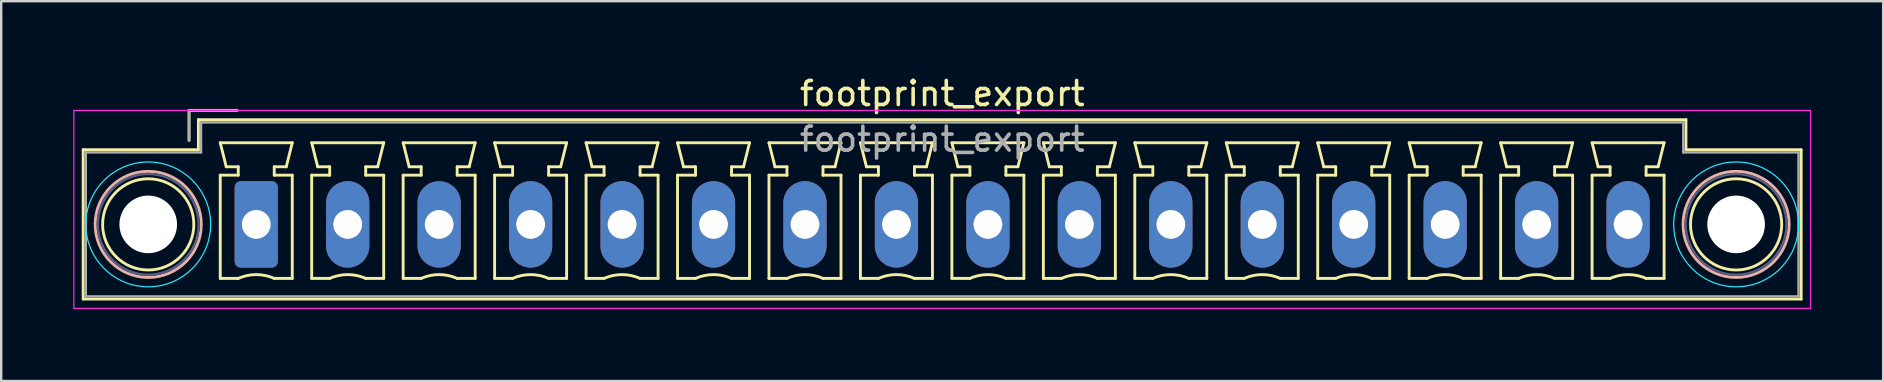
<source format=kicad_pcb>
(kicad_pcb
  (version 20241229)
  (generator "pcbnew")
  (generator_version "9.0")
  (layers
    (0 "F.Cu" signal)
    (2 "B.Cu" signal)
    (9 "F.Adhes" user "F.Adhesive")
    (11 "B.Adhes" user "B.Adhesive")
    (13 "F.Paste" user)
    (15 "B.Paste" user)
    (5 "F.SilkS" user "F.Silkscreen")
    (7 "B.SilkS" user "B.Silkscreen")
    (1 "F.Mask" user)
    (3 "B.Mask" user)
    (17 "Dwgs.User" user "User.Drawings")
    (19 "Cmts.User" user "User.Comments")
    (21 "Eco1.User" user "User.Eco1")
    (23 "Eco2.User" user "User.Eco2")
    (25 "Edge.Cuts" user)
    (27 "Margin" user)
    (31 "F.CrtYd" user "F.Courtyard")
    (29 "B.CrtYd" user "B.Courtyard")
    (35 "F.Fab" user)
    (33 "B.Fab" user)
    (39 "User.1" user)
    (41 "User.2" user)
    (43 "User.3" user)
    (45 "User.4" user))
  (footprint "footprint_export"
    (layer "F.Cu")
    (at 7.625 6.298)
    (property "Reference" "footprint_export" (at 28.58 -5.45 0) (layer "F.SilkS") (effects (font (size 1 1) (thickness 0.15))))
    (attr through_hole)
    (fp_line (start -7.21 -3.11) (end -7.21 3.11) (stroke (width 0.12) (type solid)) (layer "F.SilkS"))
    (fp_line (start -7.21 3.11) (end 64.36 3.11) (stroke (width 0.12) (type solid)) (layer "F.SilkS"))
    (fp_line (start -2.8 -4.75) (end -0.8 -4.75) (stroke (width 0.12) (type solid)) (layer "F.SilkS"))
    (fp_line (start -2.8 -3.5) (end -2.8 -4.75) (stroke (width 0.12) (type solid)) (layer "F.SilkS"))
    (fp_line (start -2.41 -4.36) (end -2.41 -3.11) (stroke (width 0.12) (type solid)) (layer "F.SilkS"))
    (fp_line (start -2.41 -3.11) (end -7.21 -3.11) (stroke (width 0.12) (type solid)) (layer "F.SilkS"))
    (fp_line (start -1.5 -3.4) (end 1.5 -3.4) (stroke (width 0.12) (type solid)) (layer "F.SilkS"))
    (fp_line (start -1.5 -2.05) (end -0.75 -2.05) (stroke (width 0.12) (type solid)) (layer "F.SilkS"))
    (fp_line (start -1.5 2.25) (end -1.5 -2.05) (stroke (width 0.12) (type solid)) (layer "F.SilkS"))
    (fp_line (start -1.25 -2.4) (end -1.5 -3.4) (stroke (width 0.12) (type solid)) (layer "F.SilkS"))
    (fp_line (start -0.75 -2.4) (end -1.25 -2.4) (stroke (width 0.12) (type solid)) (layer "F.SilkS"))
    (fp_line (start -0.75 -2.05) (end -0.75 -2.4) (stroke (width 0.12) (type solid)) (layer "F.SilkS"))
    (fp_line (start -0.75 2.25) (end -1.5 2.25) (stroke (width 0.12) (type solid)) (layer "F.SilkS"))
    (fp_line (start 0.75 -2.4) (end 0.75 -2.05) (stroke (width 0.12) (type solid)) (layer "F.SilkS"))
    (fp_line (start 0.75 -2.05) (end 1.5 -2.05) (stroke (width 0.12) (type solid)) (layer "F.SilkS"))
    (fp_line (start 1.25 -2.4) (end 0.75 -2.4) (stroke (width 0.12) (type solid)) (layer "F.SilkS"))
    (fp_line (start 1.5 -3.4) (end 1.25 -2.4) (stroke (width 0.12) (type solid)) (layer "F.SilkS"))
    (fp_line (start 1.5 -2.05) (end 1.5 2.25) (stroke (width 0.12) (type solid)) (layer "F.SilkS"))
    (fp_line (start 1.5 2.25) (end 0.75 2.25) (stroke (width 0.12) (type solid)) (layer "F.SilkS"))
    (fp_line (start 2.31 -3.4) (end 5.31 -3.4) (stroke (width 0.12) (type solid)) (layer "F.SilkS"))
    (fp_line (start 2.31 -2.05) (end 3.06 -2.05) (stroke (width 0.12) (type solid)) (layer "F.SilkS"))
    (fp_line (start 2.31 2.25) (end 2.31 -2.05) (stroke (width 0.12) (type solid)) (layer "F.SilkS"))
    (fp_line (start 2.56 -2.4) (end 2.31 -3.4) (stroke (width 0.12) (type solid)) (layer "F.SilkS"))
    (fp_line (start 3.06 -2.4) (end 2.56 -2.4) (stroke (width 0.12) (type solid)) (layer "F.SilkS"))
    (fp_line (start 3.06 -2.05) (end 3.06 -2.4) (stroke (width 0.12) (type solid)) (layer "F.SilkS"))
    (fp_line (start 3.06 2.25) (end 2.31 2.25) (stroke (width 0.12) (type solid)) (layer "F.SilkS"))
    (fp_line (start 4.56 -2.4) (end 4.56 -2.05) (stroke (width 0.12) (type solid)) (layer "F.SilkS"))
    (fp_line (start 4.56 -2.05) (end 5.31 -2.05) (stroke (width 0.12) (type solid)) (layer "F.SilkS"))
    (fp_line (start 5.06 -2.4) (end 4.56 -2.4) (stroke (width 0.12) (type solid)) (layer "F.SilkS"))
    (fp_line (start 5.31 -3.4) (end 5.06 -2.4) (stroke (width 0.12) (type solid)) (layer "F.SilkS"))
    (fp_line (start 5.31 -2.05) (end 5.31 2.25) (stroke (width 0.12) (type solid)) (layer "F.SilkS"))
    (fp_line (start 5.31 2.25) (end 4.56 2.25) (stroke (width 0.12) (type solid)) (layer "F.SilkS"))
    (fp_line (start 6.12 -3.4) (end 9.12 -3.4) (stroke (width 0.12) (type solid)) (layer "F.SilkS"))
    (fp_line (start 6.12 -2.05) (end 6.87 -2.05) (stroke (width 0.12) (type solid)) (layer "F.SilkS"))
    (fp_line (start 6.12 2.25) (end 6.12 -2.05) (stroke (width 0.12) (type solid)) (layer "F.SilkS"))
    (fp_line (start 6.37 -2.4) (end 6.12 -3.4) (stroke (width 0.12) (type solid)) (layer "F.SilkS"))
    (fp_line (start 6.87 -2.4) (end 6.37 -2.4) (stroke (width 0.12) (type solid)) (layer "F.SilkS"))
    (fp_line (start 6.87 -2.05) (end 6.87 -2.4) (stroke (width 0.12) (type solid)) (layer "F.SilkS"))
    (fp_line (start 6.87 2.25) (end 6.12 2.25) (stroke (width 0.12) (type solid)) (layer "F.SilkS"))
    (fp_line (start 8.37 -2.4) (end 8.37 -2.05) (stroke (width 0.12) (type solid)) (layer "F.SilkS"))
    (fp_line (start 8.37 -2.05) (end 9.12 -2.05) (stroke (width 0.12) (type solid)) (layer "F.SilkS"))
    (fp_line (start 8.87 -2.4) (end 8.37 -2.4) (stroke (width 0.12) (type solid)) (layer "F.SilkS"))
    (fp_line (start 9.12 -3.4) (end 8.87 -2.4) (stroke (width 0.12) (type solid)) (layer "F.SilkS"))
    (fp_line (start 9.12 -2.05) (end 9.12 2.25) (stroke (width 0.12) (type solid)) (layer "F.SilkS"))
    (fp_line (start 9.12 2.25) (end 8.37 2.25) (stroke (width 0.12) (type solid)) (layer "F.SilkS"))
    (fp_line (start 9.93 -3.4) (end 12.93 -3.4) (stroke (width 0.12) (type solid)) (layer "F.SilkS"))
    (fp_line (start 9.93 -2.05) (end 10.68 -2.05) (stroke (width 0.12) (type solid)) (layer "F.SilkS"))
    (fp_line (start 9.93 2.25) (end 9.93 -2.05) (stroke (width 0.12) (type solid)) (layer "F.SilkS"))
    (fp_line (start 10.18 -2.4) (end 9.93 -3.4) (stroke (width 0.12) (type solid)) (layer "F.SilkS"))
    (fp_line (start 10.68 -2.4) (end 10.18 -2.4) (stroke (width 0.12) (type solid)) (layer "F.SilkS"))
    (fp_line (start 10.68 -2.05) (end 10.68 -2.4) (stroke (width 0.12) (type solid)) (layer "F.SilkS"))
    (fp_line (start 10.68 2.25) (end 9.93 2.25) (stroke (width 0.12) (type solid)) (layer "F.SilkS"))
    (fp_line (start 12.18 -2.4) (end 12.18 -2.05) (stroke (width 0.12) (type solid)) (layer "F.SilkS"))
    (fp_line (start 12.18 -2.05) (end 12.93 -2.05) (stroke (width 0.12) (type solid)) (layer "F.SilkS"))
    (fp_line (start 12.68 -2.4) (end 12.18 -2.4) (stroke (width 0.12) (type solid)) (layer "F.SilkS"))
    (fp_line (start 12.93 -3.4) (end 12.68 -2.4) (stroke (width 0.12) (type solid)) (layer "F.SilkS"))
    (fp_line (start 12.93 -2.05) (end 12.93 2.25) (stroke (width 0.12) (type solid)) (layer "F.SilkS"))
    (fp_line (start 12.93 2.25) (end 12.18 2.25) (stroke (width 0.12) (type solid)) (layer "F.SilkS"))
    (fp_line (start 13.74 -3.4) (end 16.74 -3.4) (stroke (width 0.12) (type solid)) (layer "F.SilkS"))
    (fp_line (start 13.74 -2.05) (end 14.49 -2.05) (stroke (width 0.12) (type solid)) (layer "F.SilkS"))
    (fp_line (start 13.74 2.25) (end 13.74 -2.05) (stroke (width 0.12) (type solid)) (layer "F.SilkS"))
    (fp_line (start 13.99 -2.4) (end 13.74 -3.4) (stroke (width 0.12) (type solid)) (layer "F.SilkS"))
    (fp_line (start 14.49 -2.4) (end 13.99 -2.4) (stroke (width 0.12) (type solid)) (layer "F.SilkS"))
    (fp_line (start 14.49 -2.05) (end 14.49 -2.4) (stroke (width 0.12) (type solid)) (layer "F.SilkS"))
    (fp_line (start 14.49 2.25) (end 13.74 2.25) (stroke (width 0.12) (type solid)) (layer "F.SilkS"))
    (fp_line (start 15.99 -2.4) (end 15.99 -2.05) (stroke (width 0.12) (type solid)) (layer "F.SilkS"))
    (fp_line (start 15.99 -2.05) (end 16.74 -2.05) (stroke (width 0.12) (type solid)) (layer "F.SilkS"))
    (fp_line (start 16.49 -2.4) (end 15.99 -2.4) (stroke (width 0.12) (type solid)) (layer "F.SilkS"))
    (fp_line (start 16.74 -3.4) (end 16.49 -2.4) (stroke (width 0.12) (type solid)) (layer "F.SilkS"))
    (fp_line (start 16.74 -2.05) (end 16.74 2.25) (stroke (width 0.12) (type solid)) (layer "F.SilkS"))
    (fp_line (start 16.74 2.25) (end 15.99 2.25) (stroke (width 0.12) (type solid)) (layer "F.SilkS"))
    (fp_line (start 17.55 -3.4) (end 20.55 -3.4) (stroke (width 0.12) (type solid)) (layer "F.SilkS"))
    (fp_line (start 17.55 -2.05) (end 18.3 -2.05) (stroke (width 0.12) (type solid)) (layer "F.SilkS"))
    (fp_line (start 17.55 2.25) (end 17.55 -2.05) (stroke (width 0.12) (type solid)) (layer "F.SilkS"))
    (fp_line (start 17.8 -2.4) (end 17.55 -3.4) (stroke (width 0.12) (type solid)) (layer "F.SilkS"))
    (fp_line (start 18.3 -2.4) (end 17.8 -2.4) (stroke (width 0.12) (type solid)) (layer "F.SilkS"))
    (fp_line (start 18.3 -2.05) (end 18.3 -2.4) (stroke (width 0.12) (type solid)) (layer "F.SilkS"))
    (fp_line (start 18.3 2.25) (end 17.55 2.25) (stroke (width 0.12) (type solid)) (layer "F.SilkS"))
    (fp_line (start 19.8 -2.4) (end 19.8 -2.05) (stroke (width 0.12) (type solid)) (layer "F.SilkS"))
    (fp_line (start 19.8 -2.05) (end 20.55 -2.05) (stroke (width 0.12) (type solid)) (layer "F.SilkS"))
    (fp_line (start 20.3 -2.4) (end 19.8 -2.4) (stroke (width 0.12) (type solid)) (layer "F.SilkS"))
    (fp_line (start 20.55 -3.4) (end 20.3 -2.4) (stroke (width 0.12) (type solid)) (layer "F.SilkS"))
    (fp_line (start 20.55 -2.05) (end 20.55 2.25) (stroke (width 0.12) (type solid)) (layer "F.SilkS"))
    (fp_line (start 20.55 2.25) (end 19.8 2.25) (stroke (width 0.12) (type solid)) (layer "F.SilkS"))
    (fp_line (start 21.36 -3.4) (end 24.36 -3.4) (stroke (width 0.12) (type solid)) (layer "F.SilkS"))
    (fp_line (start 21.36 -2.05) (end 22.11 -2.05) (stroke (width 0.12) (type solid)) (layer "F.SilkS"))
    (fp_line (start 21.36 2.25) (end 21.36 -2.05) (stroke (width 0.12) (type solid)) (layer "F.SilkS"))
    (fp_line (start 21.61 -2.4) (end 21.36 -3.4) (stroke (width 0.12) (type solid)) (layer "F.SilkS"))
    (fp_line (start 22.11 -2.4) (end 21.61 -2.4) (stroke (width 0.12) (type solid)) (layer "F.SilkS"))
    (fp_line (start 22.11 -2.05) (end 22.11 -2.4) (stroke (width 0.12) (type solid)) (layer "F.SilkS"))
    (fp_line (start 22.11 2.25) (end 21.36 2.25) (stroke (width 0.12) (type solid)) (layer "F.SilkS"))
    (fp_line (start 23.61 -2.4) (end 23.61 -2.05) (stroke (width 0.12) (type solid)) (layer "F.SilkS"))
    (fp_line (start 23.61 -2.05) (end 24.36 -2.05) (stroke (width 0.12) (type solid)) (layer "F.SilkS"))
    (fp_line (start 24.11 -2.4) (end 23.61 -2.4) (stroke (width 0.12) (type solid)) (layer "F.SilkS"))
    (fp_line (start 24.36 -3.4) (end 24.11 -2.4) (stroke (width 0.12) (type solid)) (layer "F.SilkS"))
    (fp_line (start 24.36 -2.05) (end 24.36 2.25) (stroke (width 0.12) (type solid)) (layer "F.SilkS"))
    (fp_line (start 24.36 2.25) (end 23.61 2.25) (stroke (width 0.12) (type solid)) (layer "F.SilkS"))
    (fp_line (start 25.17 -3.4) (end 28.17 -3.4) (stroke (width 0.12) (type solid)) (layer "F.SilkS"))
    (fp_line (start 25.17 -2.05) (end 25.92 -2.05) (stroke (width 0.12) (type solid)) (layer "F.SilkS"))
    (fp_line (start 25.17 2.25) (end 25.17 -2.05) (stroke (width 0.12) (type solid)) (layer "F.SilkS"))
    (fp_line (start 25.42 -2.4) (end 25.17 -3.4) (stroke (width 0.12) (type solid)) (layer "F.SilkS"))
    (fp_line (start 25.92 -2.4) (end 25.42 -2.4) (stroke (width 0.12) (type solid)) (layer "F.SilkS"))
    (fp_line (start 25.92 -2.05) (end 25.92 -2.4) (stroke (width 0.12) (type solid)) (layer "F.SilkS"))
    (fp_line (start 25.92 2.25) (end 25.17 2.25) (stroke (width 0.12) (type solid)) (layer "F.SilkS"))
    (fp_line (start 27.42 -2.4) (end 27.42 -2.05) (stroke (width 0.12) (type solid)) (layer "F.SilkS"))
    (fp_line (start 27.42 -2.05) (end 28.17 -2.05) (stroke (width 0.12) (type solid)) (layer "F.SilkS"))
    (fp_line (start 27.92 -2.4) (end 27.42 -2.4) (stroke (width 0.12) (type solid)) (layer "F.SilkS"))
    (fp_line (start 28.17 -3.4) (end 27.92 -2.4) (stroke (width 0.12) (type solid)) (layer "F.SilkS"))
    (fp_line (start 28.17 -2.05) (end 28.17 2.25) (stroke (width 0.12) (type solid)) (layer "F.SilkS"))
    (fp_line (start 28.17 2.25) (end 27.42 2.25) (stroke (width 0.12) (type solid)) (layer "F.SilkS"))
    (fp_line (start 28.98 -3.4) (end 31.98 -3.4) (stroke (width 0.12) (type solid)) (layer "F.SilkS"))
    (fp_line (start 28.98 -2.05) (end 29.73 -2.05) (stroke (width 0.12) (type solid)) (layer "F.SilkS"))
    (fp_line (start 28.98 2.25) (end 28.98 -2.05) (stroke (width 0.12) (type solid)) (layer "F.SilkS"))
    (fp_line (start 29.23 -2.4) (end 28.98 -3.4) (stroke (width 0.12) (type solid)) (layer "F.SilkS"))
    (fp_line (start 29.73 -2.4) (end 29.23 -2.4) (stroke (width 0.12) (type solid)) (layer "F.SilkS"))
    (fp_line (start 29.73 -2.05) (end 29.73 -2.4) (stroke (width 0.12) (type solid)) (layer "F.SilkS"))
    (fp_line (start 29.73 2.25) (end 28.98 2.25) (stroke (width 0.12) (type solid)) (layer "F.SilkS"))
    (fp_line (start 31.23 -2.4) (end 31.23 -2.05) (stroke (width 0.12) (type solid)) (layer "F.SilkS"))
    (fp_line (start 31.23 -2.05) (end 31.98 -2.05) (stroke (width 0.12) (type solid)) (layer "F.SilkS"))
    (fp_line (start 31.73 -2.4) (end 31.23 -2.4) (stroke (width 0.12) (type solid)) (layer "F.SilkS"))
    (fp_line (start 31.98 -3.4) (end 31.73 -2.4) (stroke (width 0.12) (type solid)) (layer "F.SilkS"))
    (fp_line (start 31.98 -2.05) (end 31.98 2.25) (stroke (width 0.12) (type solid)) (layer "F.SilkS"))
    (fp_line (start 31.98 2.25) (end 31.23 2.25) (stroke (width 0.12) (type solid)) (layer "F.SilkS"))
    (fp_line (start 32.79 -3.4) (end 35.79 -3.4) (stroke (width 0.12) (type solid)) (layer "F.SilkS"))
    (fp_line (start 32.79 -2.05) (end 33.54 -2.05) (stroke (width 0.12) (type solid)) (layer "F.SilkS"))
    (fp_line (start 32.79 2.25) (end 32.79 -2.05) (stroke (width 0.12) (type solid)) (layer "F.SilkS"))
    (fp_line (start 33.04 -2.4) (end 32.79 -3.4) (stroke (width 0.12) (type solid)) (layer "F.SilkS"))
    (fp_line (start 33.54 -2.4) (end 33.04 -2.4) (stroke (width 0.12) (type solid)) (layer "F.SilkS"))
    (fp_line (start 33.54 -2.05) (end 33.54 -2.4) (stroke (width 0.12) (type solid)) (layer "F.SilkS"))
    (fp_line (start 33.54 2.25) (end 32.79 2.25) (stroke (width 0.12) (type solid)) (layer "F.SilkS"))
    (fp_line (start 35.04 -2.4) (end 35.04 -2.05) (stroke (width 0.12) (type solid)) (layer "F.SilkS"))
    (fp_line (start 35.04 -2.05) (end 35.79 -2.05) (stroke (width 0.12) (type solid)) (layer "F.SilkS"))
    (fp_line (start 35.54 -2.4) (end 35.04 -2.4) (stroke (width 0.12) (type solid)) (layer "F.SilkS"))
    (fp_line (start 35.79 -3.4) (end 35.54 -2.4) (stroke (width 0.12) (type solid)) (layer "F.SilkS"))
    (fp_line (start 35.79 -2.05) (end 35.79 2.25) (stroke (width 0.12) (type solid)) (layer "F.SilkS"))
    (fp_line (start 35.79 2.25) (end 35.04 2.25) (stroke (width 0.12) (type solid)) (layer "F.SilkS"))
    (fp_line (start 36.6 -3.4) (end 39.6 -3.4) (stroke (width 0.12) (type solid)) (layer "F.SilkS"))
    (fp_line (start 36.6 -2.05) (end 37.35 -2.05) (stroke (width 0.12) (type solid)) (layer "F.SilkS"))
    (fp_line (start 36.6 2.25) (end 36.6 -2.05) (stroke (width 0.12) (type solid)) (layer "F.SilkS"))
    (fp_line (start 36.85 -2.4) (end 36.6 -3.4) (stroke (width 0.12) (type solid)) (layer "F.SilkS"))
    (fp_line (start 37.35 -2.4) (end 36.85 -2.4) (stroke (width 0.12) (type solid)) (layer "F.SilkS"))
    (fp_line (start 37.35 -2.05) (end 37.35 -2.4) (stroke (width 0.12) (type solid)) (layer "F.SilkS"))
    (fp_line (start 37.35 2.25) (end 36.6 2.25) (stroke (width 0.12) (type solid)) (layer "F.SilkS"))
    (fp_line (start 38.85 -2.4) (end 38.85 -2.05) (stroke (width 0.12) (type solid)) (layer "F.SilkS"))
    (fp_line (start 38.85 -2.05) (end 39.6 -2.05) (stroke (width 0.12) (type solid)) (layer "F.SilkS"))
    (fp_line (start 39.35 -2.4) (end 38.85 -2.4) (stroke (width 0.12) (type solid)) (layer "F.SilkS"))
    (fp_line (start 39.6 -3.4) (end 39.35 -2.4) (stroke (width 0.12) (type solid)) (layer "F.SilkS"))
    (fp_line (start 39.6 -2.05) (end 39.6 2.25) (stroke (width 0.12) (type solid)) (layer "F.SilkS"))
    (fp_line (start 39.6 2.25) (end 38.85 2.25) (stroke (width 0.12) (type solid)) (layer "F.SilkS"))
    (fp_line (start 40.41 -3.4) (end 43.41 -3.4) (stroke (width 0.12) (type solid)) (layer "F.SilkS"))
    (fp_line (start 40.41 -2.05) (end 41.16 -2.05) (stroke (width 0.12) (type solid)) (layer "F.SilkS"))
    (fp_line (start 40.41 2.25) (end 40.41 -2.05) (stroke (width 0.12) (type solid)) (layer "F.SilkS"))
    (fp_line (start 40.66 -2.4) (end 40.41 -3.4) (stroke (width 0.12) (type solid)) (layer "F.SilkS"))
    (fp_line (start 41.16 -2.4) (end 40.66 -2.4) (stroke (width 0.12) (type solid)) (layer "F.SilkS"))
    (fp_line (start 41.16 -2.05) (end 41.16 -2.4) (stroke (width 0.12) (type solid)) (layer "F.SilkS"))
    (fp_line (start 41.16 2.25) (end 40.41 2.25) (stroke (width 0.12) (type solid)) (layer "F.SilkS"))
    (fp_line (start 42.66 -2.4) (end 42.66 -2.05) (stroke (width 0.12) (type solid)) (layer "F.SilkS"))
    (fp_line (start 42.66 -2.05) (end 43.41 -2.05) (stroke (width 0.12) (type solid)) (layer "F.SilkS"))
    (fp_line (start 43.16 -2.4) (end 42.66 -2.4) (stroke (width 0.12) (type solid)) (layer "F.SilkS"))
    (fp_line (start 43.41 -3.4) (end 43.16 -2.4) (stroke (width 0.12) (type solid)) (layer "F.SilkS"))
    (fp_line (start 43.41 -2.05) (end 43.41 2.25) (stroke (width 0.12) (type solid)) (layer "F.SilkS"))
    (fp_line (start 43.41 2.25) (end 42.66 2.25) (stroke (width 0.12) (type solid)) (layer "F.SilkS"))
    (fp_line (start 44.22 -3.4) (end 47.22 -3.4) (stroke (width 0.12) (type solid)) (layer "F.SilkS"))
    (fp_line (start 44.22 -2.05) (end 44.97 -2.05) (stroke (width 0.12) (type solid)) (layer "F.SilkS"))
    (fp_line (start 44.22 2.25) (end 44.22 -2.05) (stroke (width 0.12) (type solid)) (layer "F.SilkS"))
    (fp_line (start 44.47 -2.4) (end 44.22 -3.4) (stroke (width 0.12) (type solid)) (layer "F.SilkS"))
    (fp_line (start 44.97 -2.4) (end 44.47 -2.4) (stroke (width 0.12) (type solid)) (layer "F.SilkS"))
    (fp_line (start 44.97 -2.05) (end 44.97 -2.4) (stroke (width 0.12) (type solid)) (layer "F.SilkS"))
    (fp_line (start 44.97 2.25) (end 44.22 2.25) (stroke (width 0.12) (type solid)) (layer "F.SilkS"))
    (fp_line (start 46.47 -2.4) (end 46.47 -2.05) (stroke (width 0.12) (type solid)) (layer "F.SilkS"))
    (fp_line (start 46.47 -2.05) (end 47.22 -2.05) (stroke (width 0.12) (type solid)) (layer "F.SilkS"))
    (fp_line (start 46.97 -2.4) (end 46.47 -2.4) (stroke (width 0.12) (type solid)) (layer "F.SilkS"))
    (fp_line (start 47.22 -3.4) (end 46.97 -2.4) (stroke (width 0.12) (type solid)) (layer "F.SilkS"))
    (fp_line (start 47.22 -2.05) (end 47.22 2.25) (stroke (width 0.12) (type solid)) (layer "F.SilkS"))
    (fp_line (start 47.22 2.25) (end 46.47 2.25) (stroke (width 0.12) (type solid)) (layer "F.SilkS"))
    (fp_line (start 48.03 -3.4) (end 51.03 -3.4) (stroke (width 0.12) (type solid)) (layer "F.SilkS"))
    (fp_line (start 48.03 -2.05) (end 48.78 -2.05) (stroke (width 0.12) (type solid)) (layer "F.SilkS"))
    (fp_line (start 48.03 2.25) (end 48.03 -2.05) (stroke (width 0.12) (type solid)) (layer "F.SilkS"))
    (fp_line (start 48.28 -2.4) (end 48.03 -3.4) (stroke (width 0.12) (type solid)) (layer "F.SilkS"))
    (fp_line (start 48.78 -2.4) (end 48.28 -2.4) (stroke (width 0.12) (type solid)) (layer "F.SilkS"))
    (fp_line (start 48.78 -2.05) (end 48.78 -2.4) (stroke (width 0.12) (type solid)) (layer "F.SilkS"))
    (fp_line (start 48.78 2.25) (end 48.03 2.25) (stroke (width 0.12) (type solid)) (layer "F.SilkS"))
    (fp_line (start 50.28 -2.4) (end 50.28 -2.05) (stroke (width 0.12) (type solid)) (layer "F.SilkS"))
    (fp_line (start 50.28 -2.05) (end 51.03 -2.05) (stroke (width 0.12) (type solid)) (layer "F.SilkS"))
    (fp_line (start 50.78 -2.4) (end 50.28 -2.4) (stroke (width 0.12) (type solid)) (layer "F.SilkS"))
    (fp_line (start 51.03 -3.4) (end 50.78 -2.4) (stroke (width 0.12) (type solid)) (layer "F.SilkS"))
    (fp_line (start 51.03 -2.05) (end 51.03 2.25) (stroke (width 0.12) (type solid)) (layer "F.SilkS"))
    (fp_line (start 51.03 2.25) (end 50.28 2.25) (stroke (width 0.12) (type solid)) (layer "F.SilkS"))
    (fp_line (start 51.84 -3.4) (end 54.84 -3.4) (stroke (width 0.12) (type solid)) (layer "F.SilkS"))
    (fp_line (start 51.84 -2.05) (end 52.59 -2.05) (stroke (width 0.12) (type solid)) (layer "F.SilkS"))
    (fp_line (start 51.84 2.25) (end 51.84 -2.05) (stroke (width 0.12) (type solid)) (layer "F.SilkS"))
    (fp_line (start 52.09 -2.4) (end 51.84 -3.4) (stroke (width 0.12) (type solid)) (layer "F.SilkS"))
    (fp_line (start 52.59 -2.4) (end 52.09 -2.4) (stroke (width 0.12) (type solid)) (layer "F.SilkS"))
    (fp_line (start 52.59 -2.05) (end 52.59 -2.4) (stroke (width 0.12) (type solid)) (layer "F.SilkS"))
    (fp_line (start 52.59 2.25) (end 51.84 2.25) (stroke (width 0.12) (type solid)) (layer "F.SilkS"))
    (fp_line (start 54.09 -2.4) (end 54.09 -2.05) (stroke (width 0.12) (type solid)) (layer "F.SilkS"))
    (fp_line (start 54.09 -2.05) (end 54.84 -2.05) (stroke (width 0.12) (type solid)) (layer "F.SilkS"))
    (fp_line (start 54.59 -2.4) (end 54.09 -2.4) (stroke (width 0.12) (type solid)) (layer "F.SilkS"))
    (fp_line (start 54.84 -3.4) (end 54.59 -2.4) (stroke (width 0.12) (type solid)) (layer "F.SilkS"))
    (fp_line (start 54.84 -2.05) (end 54.84 2.25) (stroke (width 0.12) (type solid)) (layer "F.SilkS"))
    (fp_line (start 54.84 2.25) (end 54.09 2.25) (stroke (width 0.12) (type solid)) (layer "F.SilkS"))
    (fp_line (start 55.65 -3.4) (end 58.65 -3.4) (stroke (width 0.12) (type solid)) (layer "F.SilkS"))
    (fp_line (start 55.65 -2.05) (end 56.4 -2.05) (stroke (width 0.12) (type solid)) (layer "F.SilkS"))
    (fp_line (start 55.65 2.25) (end 55.65 -2.05) (stroke (width 0.12) (type solid)) (layer "F.SilkS"))
    (fp_line (start 55.9 -2.4) (end 55.65 -3.4) (stroke (width 0.12) (type solid)) (layer "F.SilkS"))
    (fp_line (start 56.4 -2.4) (end 55.9 -2.4) (stroke (width 0.12) (type solid)) (layer "F.SilkS"))
    (fp_line (start 56.4 -2.05) (end 56.4 -2.4) (stroke (width 0.12) (type solid)) (layer "F.SilkS"))
    (fp_line (start 56.4 2.25) (end 55.65 2.25) (stroke (width 0.12) (type solid)) (layer "F.SilkS"))
    (fp_line (start 57.9 -2.4) (end 57.9 -2.05) (stroke (width 0.12) (type solid)) (layer "F.SilkS"))
    (fp_line (start 57.9 -2.05) (end 58.65 -2.05) (stroke (width 0.12) (type solid)) (layer "F.SilkS"))
    (fp_line (start 58.4 -2.4) (end 57.9 -2.4) (stroke (width 0.12) (type solid)) (layer "F.SilkS"))
    (fp_line (start 58.65 -3.4) (end 58.4 -2.4) (stroke (width 0.12) (type solid)) (layer "F.SilkS"))
    (fp_line (start 58.65 -2.05) (end 58.65 2.25) (stroke (width 0.12) (type solid)) (layer "F.SilkS"))
    (fp_line (start 58.65 2.25) (end 57.9 2.25) (stroke (width 0.12) (type solid)) (layer "F.SilkS"))
    (fp_line (start 59.56 -4.36) (end -2.41 -4.36) (stroke (width 0.12) (type solid)) (layer "F.SilkS"))
    (fp_line (start 59.56 -3.11) (end 59.56 -4.36) (stroke (width 0.12) (type solid)) (layer "F.SilkS"))
    (fp_line (start 64.36 -3.11) (end 59.56 -3.11) (stroke (width 0.12) (type solid)) (layer "F.SilkS"))
    (fp_line (start 64.36 3.11) (end 64.36 -3.11) (stroke (width 0.12) (type solid)) (layer "F.SilkS"))
    (fp_arc (start -0.75 2.25) (mid -0.000193 2.09191) (end 0.749647 2.249844) (stroke (width 0.12) (type solid)) (layer "F.SilkS"))
    (fp_arc (start 3.06 2.25) (mid 3.809807 2.09191) (end 4.559647 2.249844) (stroke (width 0.12) (type solid)) (layer "F.SilkS"))
    (fp_arc (start 6.87 2.25) (mid 7.619807 2.09191) (end 8.369647 2.249844) (stroke (width 0.12) (type solid)) (layer "F.SilkS"))
    (fp_arc (start 10.68 2.25) (mid 11.429807 2.09191) (end 12.179647 2.249844) (stroke (width 0.12) (type solid)) (layer "F.SilkS"))
    (fp_arc (start 14.49 2.25) (mid 15.239807 2.09191) (end 15.989647 2.249844) (stroke (width 0.12) (type solid)) (layer "F.SilkS"))
    (fp_arc (start 18.3 2.25) (mid 19.049807 2.09191) (end 19.799647 2.249844) (stroke (width 0.12) (type solid)) (layer "F.SilkS"))
    (fp_arc (start 22.11 2.25) (mid 22.859807 2.09191) (end 23.609647 2.249844) (stroke (width 0.12) (type solid)) (layer "F.SilkS"))
    (fp_arc (start 25.92 2.25) (mid 26.669807 2.09191) (end 27.419647 2.249844) (stroke (width 0.12) (type solid)) (layer "F.SilkS"))
    (fp_arc (start 29.73 2.25) (mid 30.479807 2.09191) (end 31.229647 2.249844) (stroke (width 0.12) (type solid)) (layer "F.SilkS"))
    (fp_arc (start 33.54 2.25) (mid 34.289807 2.09191) (end 35.039647 2.249844) (stroke (width 0.12) (type solid)) (layer "F.SilkS"))
    (fp_arc (start 37.35 2.25) (mid 38.099807 2.09191) (end 38.849647 2.249844) (stroke (width 0.12) (type solid)) (layer "F.SilkS"))
    (fp_arc (start 41.16 2.25) (mid 41.909807 2.09191) (end 42.659647 2.249844) (stroke (width 0.12) (type solid)) (layer "F.SilkS"))
    (fp_arc (start 44.97 2.25) (mid 45.719807 2.09191) (end 46.469647 2.249844) (stroke (width 0.12) (type solid)) (layer "F.SilkS"))
    (fp_arc (start 48.78 2.25) (mid 49.529807 2.09191) (end 50.279647 2.249844) (stroke (width 0.12) (type solid)) (layer "F.SilkS"))
    (fp_arc (start 52.59 2.25) (mid 53.339807 2.09191) (end 54.089647 2.249844) (stroke (width 0.12) (type solid)) (layer "F.SilkS"))
    (fp_arc (start 56.4 2.25) (mid 57.149807 2.09191) (end 57.899647 2.249844) (stroke (width 0.12) (type solid)) (layer "F.SilkS"))
    (fp_circle (center -4.5 0) (end -2.6 0) (stroke (width 0.12) (type solid)) (fill no) (layer "F.SilkS"))
    (fp_circle (center 61.65 0) (end 63.55 0) (stroke (width 0.12) (type solid)) (fill no) (layer "F.SilkS"))
    (fp_circle (center -4.5 0) (end -2.29 0) (stroke (width 0.12) (type solid)) (fill no) (layer "B.SilkS"))
    (fp_circle (center 61.65 0) (end 63.86 0) (stroke (width 0.12) (type solid)) (fill no) (layer "B.SilkS"))
    (fp_circle (center -4.5 0) (end -1.9 0) (stroke (width 0.05) (type solid)) (fill no) (layer "B.CrtYd"))
    (fp_circle (center 61.65 0) (end 64.25 0) (stroke (width 0.05) (type solid)) (fill no) (layer "B.CrtYd"))
    (fp_line (start -7.6 -4.75) (end -7.6 3.5) (stroke (width 0.05) (type solid)) (layer "F.CrtYd"))
    (fp_line (start -7.6 3.5) (end 64.75 3.5) (stroke (width 0.05) (type solid)) (layer "F.CrtYd"))
    (fp_line (start 64.75 -4.75) (end -7.6 -4.75) (stroke (width 0.05) (type solid)) (layer "F.CrtYd"))
    (fp_line (start 64.75 3.5) (end 64.75 -4.75) (stroke (width 0.05) (type solid)) (layer "F.CrtYd"))
    (fp_circle (center -4.5 0) (end -2.4 0) (stroke (width 0.1) (type solid)) (fill no) (layer "B.Fab"))
    (fp_circle (center 61.65 0) (end 63.75 0) (stroke (width 0.1) (type solid)) (fill no) (layer "B.Fab"))
    (fp_line (start -7.1 -3) (end -7.1 3) (stroke (width 0.1) (type solid)) (layer "F.Fab"))
    (fp_line (start -7.1 3) (end 64.25 3) (stroke (width 0.1) (type solid)) (layer "F.Fab"))
    (fp_line (start -2.8 -4.75) (end -0.8 -4.75) (stroke (width 0.1) (type solid)) (layer "F.Fab"))
    (fp_line (start -2.8 -3.5) (end -2.8 -4.75) (stroke (width 0.1) (type solid)) (layer "F.Fab"))
    (fp_line (start -2.3 -4.25) (end -2.3 -3) (stroke (width 0.1) (type solid)) (layer "F.Fab"))
    (fp_line (start -2.3 -3) (end -7.1 -3) (stroke (width 0.1) (type solid)) (layer "F.Fab"))
    (fp_line (start 59.45 -4.25) (end -2.3 -4.25) (stroke (width 0.1) (type solid)) (layer "F.Fab"))
    (fp_line (start 59.45 -3) (end 59.45 -4.25) (stroke (width 0.1) (type solid)) (layer "F.Fab"))
    (fp_line (start 64.25 -3) (end 59.45 -3) (stroke (width 0.1) (type solid)) (layer "F.Fab"))
    (fp_line (start 64.25 3) (end 64.25 -3) (stroke (width 0.1) (type solid)) (layer "F.Fab"))
    (fp_text user "${REFERENCE}" (at 28.58 -3.55 0) (layer "F.Fab") (effects (font (size 1 1) (thickness 0.15))))
    (pad "" np_thru_hole circle (at -4.5 0) (size 2.4 2.4) (drill 2.4) (layers "*.Cu" "*.Mask"))
    (pad "" np_thru_hole circle (at 61.65 0) (size 2.4 2.4) (drill 2.4) (layers "*.Cu" "*.Mask"))
    (pad "1" thru_hole roundrect (at 0 0) (size 1.8 3.6) (drill 1.2) (layers "*.Cu" "*.Mask") (roundrect_rratio 0.139))
    (pad "2" thru_hole oval (at 3.81 0) (size 1.8 3.6) (drill 1.2) (layers "*.Cu" "*.Mask"))
    (pad "3" thru_hole oval (at 7.62 0) (size 1.8 3.6) (drill 1.2) (layers "*.Cu" "*.Mask"))
    (pad "4" thru_hole oval (at 11.43 0) (size 1.8 3.6) (drill 1.2) (layers "*.Cu" "*.Mask"))
    (pad "5" thru_hole oval (at 15.24 0) (size 1.8 3.6) (drill 1.2) (layers "*.Cu" "*.Mask"))
    (pad "6" thru_hole oval (at 19.05 0) (size 1.8 3.6) (drill 1.2) (layers "*.Cu" "*.Mask"))
    (pad "7" thru_hole oval (at 22.86 0) (size 1.8 3.6) (drill 1.2) (layers "*.Cu" "*.Mask"))
    (pad "8" thru_hole oval (at 26.67 0) (size 1.8 3.6) (drill 1.2) (layers "*.Cu" "*.Mask"))
    (pad "9" thru_hole oval (at 30.48 0) (size 1.8 3.6) (drill 1.2) (layers "*.Cu" "*.Mask"))
    (pad "10" thru_hole oval (at 34.29 0) (size 1.8 3.6) (drill 1.2) (layers "*.Cu" "*.Mask"))
    (pad "11" thru_hole oval (at 38.1 0) (size 1.8 3.6) (drill 1.2) (layers "*.Cu" "*.Mask"))
    (pad "12" thru_hole oval (at 41.91 0) (size 1.8 3.6) (drill 1.2) (layers "*.Cu" "*.Mask"))
    (pad "13" thru_hole oval (at 45.72 0) (size 1.8 3.6) (drill 1.2) (layers "*.Cu" "*.Mask"))
    (pad "14" thru_hole oval (at 49.53 0) (size 1.8 3.6) (drill 1.2) (layers "*.Cu" "*.Mask"))
    (pad "15" thru_hole oval (at 53.34 0) (size 1.8 3.6) (drill 1.2) (layers "*.Cu" "*.Mask"))
    (pad "16" thru_hole oval (at 57.15 0) (size 1.8 3.6) (drill 1.2) (layers "*.Cu" "*.Mask")))
  (gr_rect
    (start -3 -3)
    (end 75.4 12.823)
    (stroke (width 0.1) (type default))
    (fill no)
    (layer "Edge.Cuts")))
</source>
